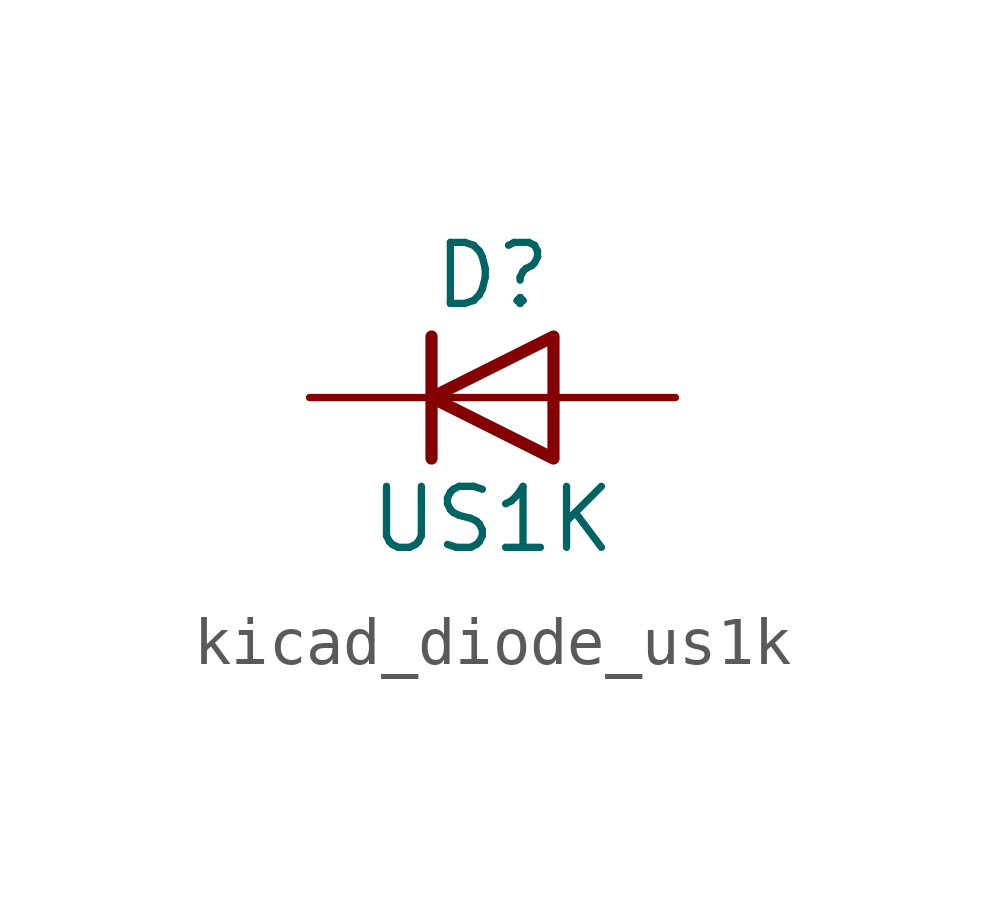
<source format=kicad_sym>
(kicad_symbol_lib
  (version 20220914)
  (generator kicad_symbol_editor)
  (symbol "kicad_diode_us1k"
    (pin_numbers hide)
    (pin_names hide)
    (property "Reference" "D"
      (at 0 2.54 0)
      (effects (font (size 1.27 1.27))))
    (property "Value" "US1K"
      (at 0 -2.54 0)
      (effects (font (size 1.27 1.27))))
    (symbol "kicad_diode_us1k_0_1"
      (polyline (pts (xy -1.27 1.27) (xy -1.27 -1.27)) (stroke (width 0.254) (type default)) (fill (type none)))
      (polyline (pts (xy 1.27 0) (xy -1.27 0)) (stroke (width 0) (type default)) (fill (type none)))
      (polyline (pts (xy 1.27 1.27) (xy 1.27 -1.27) (xy -1.27 0) (xy 1.27 1.27)) (stroke (width 0.254) (type default)) (fill (type none))))
    (symbol "kicad_diode_us1k_1_1"
      (pin passive line (at -3.81 0 0) (length 2.54) (name "K" (effects (font (size 1.27 1.27)))) (number "1" (effects (font (size 1.27 1.27)))))
      (pin passive line (at 3.81 0 180) (length 2.54) (name "A" (effects (font (size 1.27 1.27)))) (number "2" (effects (font (size 1.27 1.27))))))))
</source>
